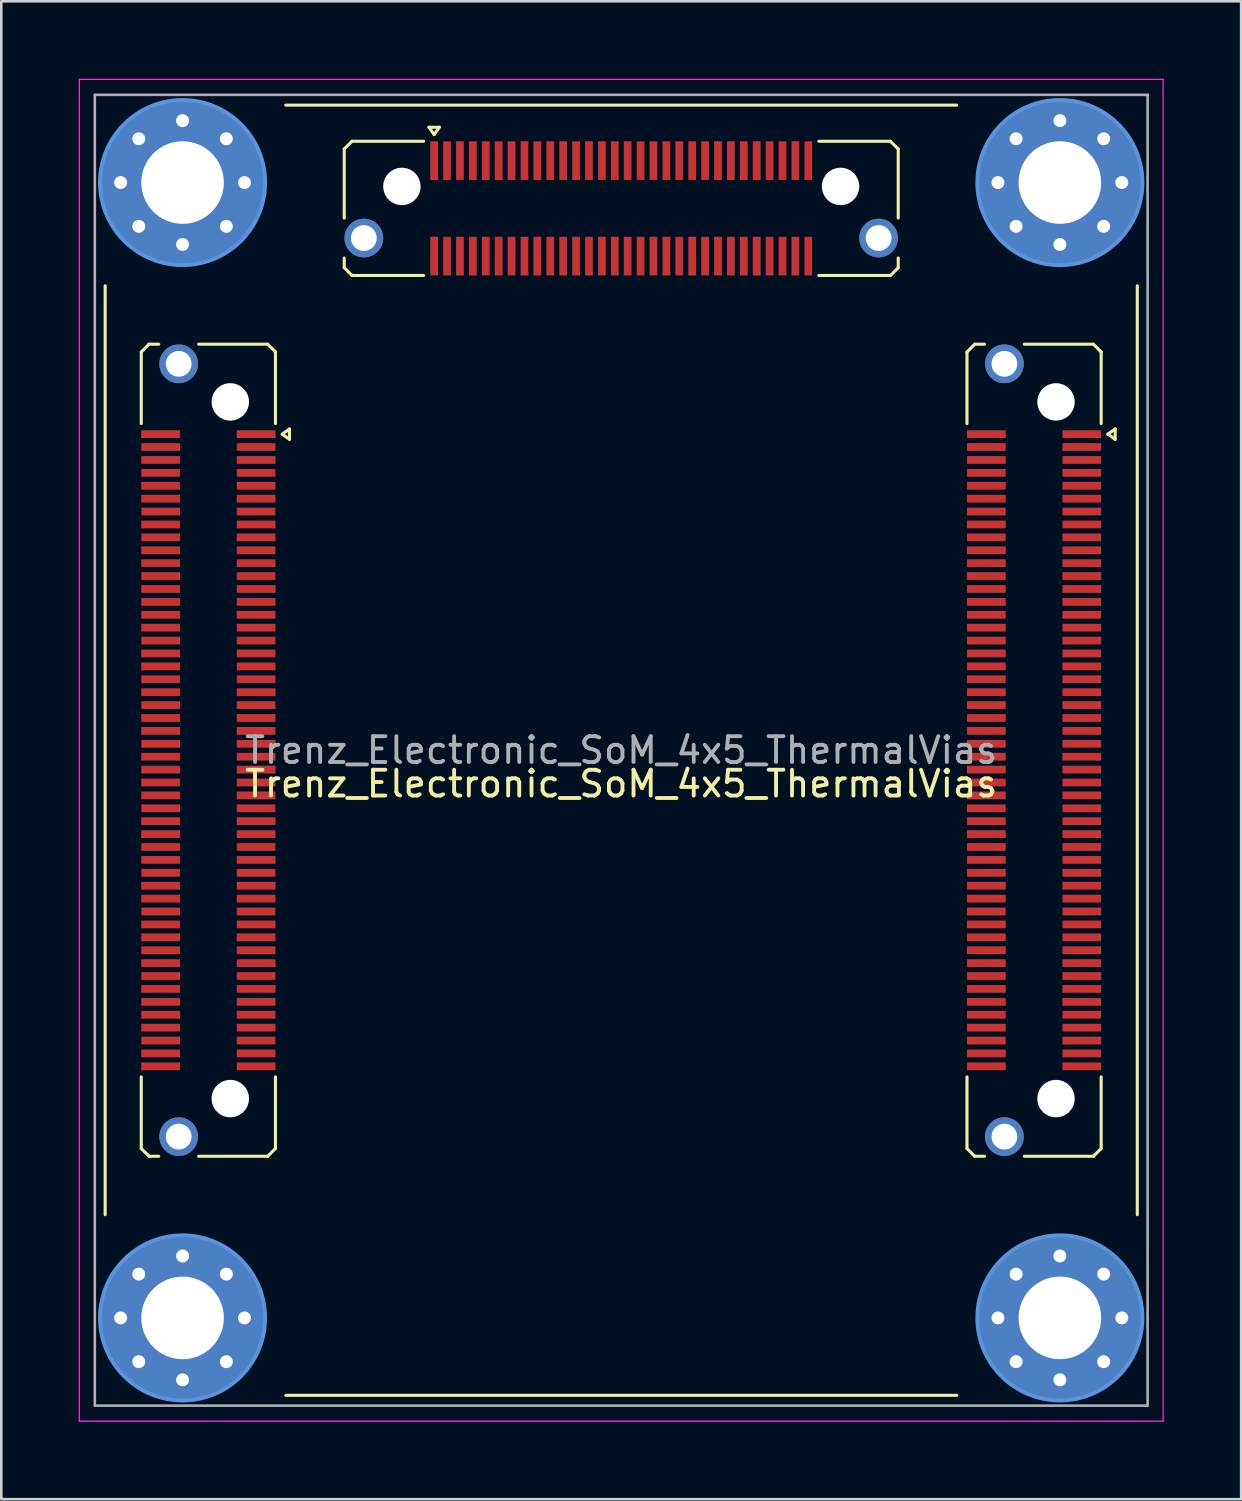
<source format=kicad_pcb>
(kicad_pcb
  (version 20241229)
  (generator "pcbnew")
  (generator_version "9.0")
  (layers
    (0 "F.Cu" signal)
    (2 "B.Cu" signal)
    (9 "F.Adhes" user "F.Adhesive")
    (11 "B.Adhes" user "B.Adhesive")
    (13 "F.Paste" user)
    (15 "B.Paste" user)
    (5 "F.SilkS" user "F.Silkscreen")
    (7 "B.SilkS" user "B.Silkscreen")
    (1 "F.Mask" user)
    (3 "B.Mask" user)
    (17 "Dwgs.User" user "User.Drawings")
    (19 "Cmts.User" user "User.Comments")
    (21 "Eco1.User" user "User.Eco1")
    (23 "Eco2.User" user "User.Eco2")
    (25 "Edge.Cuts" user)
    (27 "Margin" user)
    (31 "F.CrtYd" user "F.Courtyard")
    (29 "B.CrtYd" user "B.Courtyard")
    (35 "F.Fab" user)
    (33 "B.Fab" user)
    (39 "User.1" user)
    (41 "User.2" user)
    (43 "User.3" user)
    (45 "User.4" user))
  (footprint "Trenz_Electronic_SoM_4x5_ThermalVias"
    (layer "F.Cu")
    (at 21.025 26.025)
    (property "Reference" "Trenz_Electronic_SoM_4x5_ThermalVias" (at 0 1.3 180) (layer "F.SilkS") (effects (font (size 1 1) (thickness 0.15))))
    (attr smd)
    (fp_line (start -20 -18) (end -20 18) (stroke (width 0.12) (type solid)) (layer "F.SilkS"))
    (fp_line (start -18.6 -15.435) (end -18.6 -12.66) (stroke (width 0.12) (type solid)) (layer "F.SilkS"))
    (fp_line (start -18.6 15.435) (end -18.6 12.66) (stroke (width 0.12) (type solid)) (layer "F.SilkS"))
    (fp_line (start -18.3 -15.735) (end -18.6 -15.435) (stroke (width 0.12) (type solid)) (layer "F.SilkS"))
    (fp_line (start -18.3 15.735) (end -18.6 15.435) (stroke (width 0.12) (type solid)) (layer "F.SilkS"))
    (fp_line (start -17.923 -15.735) (end -18.3 -15.735) (stroke (width 0.12) (type solid)) (layer "F.SilkS"))
    (fp_line (start -17.923 15.735) (end -18.3 15.735) (stroke (width 0.12) (type solid)) (layer "F.SilkS"))
    (fp_line (start -13.7 -15.735) (end -16.377 -15.735) (stroke (width 0.12) (type solid)) (layer "F.SilkS"))
    (fp_line (start -13.7 15.735) (end -16.377 15.735) (stroke (width 0.12) (type solid)) (layer "F.SilkS"))
    (fp_line (start -13.4 -15.435) (end -13.7 -15.735) (stroke (width 0.12) (type solid)) (layer "F.SilkS"))
    (fp_line (start -13.4 -12.66) (end -13.4 -15.435) (stroke (width 0.12) (type solid)) (layer "F.SilkS"))
    (fp_line (start -13.4 12.66) (end -13.4 15.435) (stroke (width 0.12) (type solid)) (layer "F.SilkS"))
    (fp_line (start -13.4 15.435) (end -13.7 15.735) (stroke (width 0.12) (type solid)) (layer "F.SilkS"))
    (fp_line (start -13.14 -12.25) (end -12.857 -12.45) (stroke (width 0.12) (type solid)) (layer "F.SilkS"))
    (fp_line (start -13 -25) (end 13 -25) (stroke (width 0.12) (type solid)) (layer "F.SilkS"))
    (fp_line (start -13 25) (end 13 25) (stroke (width 0.12) (type solid)) (layer "F.SilkS"))
    (fp_line (start -12.857 -12.45) (end -12.857 -12.05) (stroke (width 0.12) (type solid)) (layer "F.SilkS"))
    (fp_line (start -12.857 -12.05) (end -13.14 -12.25) (stroke (width 0.12) (type solid)) (layer "F.SilkS"))
    (fp_line (start -10.735 -23.3) (end -10.735 -20.623) (stroke (width 0.12) (type solid)) (layer "F.SilkS"))
    (fp_line (start -10.735 -19.077) (end -10.735 -18.7) (stroke (width 0.12) (type solid)) (layer "F.SilkS"))
    (fp_line (start -10.735 -18.7) (end -10.435 -18.4) (stroke (width 0.12) (type solid)) (layer "F.SilkS"))
    (fp_line (start -10.435 -23.6) (end -10.735 -23.3) (stroke (width 0.12) (type solid)) (layer "F.SilkS"))
    (fp_line (start -10.435 -18.4) (end -7.66 -18.4) (stroke (width 0.12) (type solid)) (layer "F.SilkS"))
    (fp_line (start -7.66 -23.6) (end -10.435 -23.6) (stroke (width 0.12) (type solid)) (layer "F.SilkS"))
    (fp_line (start -7.45 -24.143) (end -7.05 -24.143) (stroke (width 0.12) (type solid)) (layer "F.SilkS"))
    (fp_line (start -7.25 -23.86) (end -7.45 -24.143) (stroke (width 0.12) (type solid)) (layer "F.SilkS"))
    (fp_line (start -7.05 -24.143) (end -7.25 -23.86) (stroke (width 0.12) (type solid)) (layer "F.SilkS"))
    (fp_line (start 7.66 -23.6) (end 10.435 -23.6) (stroke (width 0.12) (type solid)) (layer "F.SilkS"))
    (fp_line (start 10.435 -23.6) (end 10.735 -23.3) (stroke (width 0.12) (type solid)) (layer "F.SilkS"))
    (fp_line (start 10.435 -18.4) (end 7.66 -18.4) (stroke (width 0.12) (type solid)) (layer "F.SilkS"))
    (fp_line (start 10.735 -23.3) (end 10.735 -20.623) (stroke (width 0.12) (type solid)) (layer "F.SilkS"))
    (fp_line (start 10.735 -19.077) (end 10.735 -18.7) (stroke (width 0.12) (type solid)) (layer "F.SilkS"))
    (fp_line (start 10.735 -18.7) (end 10.435 -18.4) (stroke (width 0.12) (type solid)) (layer "F.SilkS"))
    (fp_line (start 13.4 -15.435) (end 13.4 -12.66) (stroke (width 0.12) (type solid)) (layer "F.SilkS"))
    (fp_line (start 13.4 15.435) (end 13.4 12.66) (stroke (width 0.12) (type solid)) (layer "F.SilkS"))
    (fp_line (start 13.7 -15.735) (end 13.4 -15.435) (stroke (width 0.12) (type solid)) (layer "F.SilkS"))
    (fp_line (start 13.7 15.735) (end 13.4 15.435) (stroke (width 0.12) (type solid)) (layer "F.SilkS"))
    (fp_line (start 14.077 -15.735) (end 13.7 -15.735) (stroke (width 0.12) (type solid)) (layer "F.SilkS"))
    (fp_line (start 14.077 15.735) (end 13.7 15.735) (stroke (width 0.12) (type solid)) (layer "F.SilkS"))
    (fp_line (start 18.3 -15.735) (end 15.623 -15.735) (stroke (width 0.12) (type solid)) (layer "F.SilkS"))
    (fp_line (start 18.3 15.735) (end 15.623 15.735) (stroke (width 0.12) (type solid)) (layer "F.SilkS"))
    (fp_line (start 18.6 -15.435) (end 18.3 -15.735) (stroke (width 0.12) (type solid)) (layer "F.SilkS"))
    (fp_line (start 18.6 -12.66) (end 18.6 -15.435) (stroke (width 0.12) (type solid)) (layer "F.SilkS"))
    (fp_line (start 18.6 12.66) (end 18.6 15.435) (stroke (width 0.12) (type solid)) (layer "F.SilkS"))
    (fp_line (start 18.6 15.435) (end 18.3 15.735) (stroke (width 0.12) (type solid)) (layer "F.SilkS"))
    (fp_line (start 18.86 -12.25) (end 19.143 -12.45) (stroke (width 0.12) (type solid)) (layer "F.SilkS"))
    (fp_line (start 19.143 -12.45) (end 19.143 -12.05) (stroke (width 0.12) (type solid)) (layer "F.SilkS"))
    (fp_line (start 19.143 -12.05) (end 18.86 -12.25) (stroke (width 0.12) (type solid)) (layer "F.SilkS"))
    (fp_line (start 20 -18) (end 20 18) (stroke (width 0.12) (type solid)) (layer "F.SilkS"))
    (fp_circle (center -17 -22) (end -13.8 -22) (stroke (width 0.15) (type solid)) (fill no) (layer "Cmts.User"))
    (fp_circle (center -17 22) (end -13.8 22) (stroke (width 0.15) (type solid)) (fill no) (layer "Cmts.User"))
    (fp_circle (center 17 -22) (end 20.2 -22) (stroke (width 0.15) (type solid)) (fill no) (layer "Cmts.User"))
    (fp_circle (center 17 22) (end 20.2 22) (stroke (width 0.15) (type solid)) (fill no) (layer "Cmts.User"))
    (fp_line (start -21 -26) (end 21 -26) (stroke (width 0.05) (type solid)) (layer "F.CrtYd"))
    (fp_line (start -21 26) (end -21 -26) (stroke (width 0.05) (type solid)) (layer "F.CrtYd"))
    (fp_line (start 21 -26) (end 21 26) (stroke (width 0.05) (type solid)) (layer "F.CrtYd"))
    (fp_line (start 21 26) (end -21 26) (stroke (width 0.05) (type solid)) (layer "F.CrtYd"))
    (fp_line (start -20.4 -25.4) (end 20.4 -25.4) (stroke (width 0.1) (type solid)) (layer "F.Fab"))
    (fp_line (start -20.4 25.4) (end -20.4 -25.4) (stroke (width 0.1) (type solid)) (layer "F.Fab"))
    (fp_line (start 20.4 -25.4) (end 20.4 25.4) (stroke (width 0.1) (type solid)) (layer "F.Fab"))
    (fp_line (start 20.4 25.4) (end -20.4 25.4) (stroke (width 0.1) (type solid)) (layer "F.Fab"))
    (fp_text user "${REFERENCE}" (at 0 0 180) (layer "F.Fab") (effects (font (size 1 1) (thickness 0.15))))
    (pad "" np_thru_hole circle (at -15.15 -13.5 270) (size 1.45 1.45) (drill 1.45) (layers "*.Cu" "*.Mask"))
    (pad "" np_thru_hole circle (at -15.15 13.5 270) (size 1.45 1.45) (drill 1.45) (layers "*.Cu" "*.Mask"))
    (pad "" np_thru_hole circle (at -8.5 -21.85) (size 1.45 1.45) (drill 1.45) (layers "*.Cu" "*.Mask"))
    (pad "" np_thru_hole circle (at 8.5 -21.85) (size 1.45 1.45) (drill 1.45) (layers "*.Cu" "*.Mask"))
    (pad "" np_thru_hole circle (at 16.85 -13.5 270) (size 1.45 1.45) (drill 1.45) (layers "*.Cu" "*.Mask"))
    (pad "" np_thru_hole circle (at 16.85 13.5 270) (size 1.45 1.45) (drill 1.45) (layers "*.Cu" "*.Mask"))
    (pad "1" thru_hole circle (at -19.4 -22) (size 0.8 0.8) (drill 0.5) (layers "*.Cu" "*.Mask"))
    (pad "1" thru_hole circle (at -19.4 22) (size 0.8 0.8) (drill 0.5) (layers "*.Cu" "*.Mask"))
    (pad "1" thru_hole circle (at -18.697 -23.697) (size 0.8 0.8) (drill 0.5) (layers "*.Cu" "*.Mask"))
    (pad "1" thru_hole circle (at -18.697 -20.303) (size 0.8 0.8) (drill 0.5) (layers "*.Cu" "*.Mask"))
    (pad "1" thru_hole circle (at -18.697 20.303) (size 0.8 0.8) (drill 0.5) (layers "*.Cu" "*.Mask"))
    (pad "1" thru_hole circle (at -18.697 23.697) (size 0.8 0.8) (drill 0.5) (layers "*.Cu" "*.Mask"))
    (pad "1" thru_hole circle (at -17 -24.4) (size 0.8 0.8) (drill 0.5) (layers "*.Cu" "*.Mask"))
    (pad "1" thru_hole circle (at -17 -19.6) (size 0.8 0.8) (drill 0.5) (layers "*.Cu" "*.Mask"))
    (pad "1" thru_hole circle (at -17 19.6) (size 0.8 0.8) (drill 0.5) (layers "*.Cu" "*.Mask"))
    (pad "1" thru_hole circle (at -17 24.4) (size 0.8 0.8) (drill 0.5) (layers "*.Cu" "*.Mask"))
    (pad "1" thru_hole circle (at -15.303 -23.697) (size 0.8 0.8) (drill 0.5) (layers "*.Cu" "*.Mask"))
    (pad "1" thru_hole circle (at -15.303 -20.303) (size 0.8 0.8) (drill 0.5) (layers "*.Cu" "*.Mask"))
    (pad "1" thru_hole circle (at -15.303 20.303) (size 0.8 0.8) (drill 0.5) (layers "*.Cu" "*.Mask"))
    (pad "1" thru_hole circle (at -15.303 23.697) (size 0.8 0.8) (drill 0.5) (layers "*.Cu" "*.Mask"))
    (pad "1" thru_hole circle (at -14.6 -22) (size 0.8 0.8) (drill 0.5) (layers "*.Cu" "*.Mask"))
    (pad "1" thru_hole circle (at -14.6 22) (size 0.8 0.8) (drill 0.5) (layers "*.Cu" "*.Mask"))
    (pad "1" thru_hole circle (at 14.6 -22) (size 0.8 0.8) (drill 0.5) (layers "*.Cu" "*.Mask"))
    (pad "1" thru_hole circle (at 14.6 22) (size 0.8 0.8) (drill 0.5) (layers "*.Cu" "*.Mask"))
    (pad "1" thru_hole circle (at 15.303 -23.697) (size 0.8 0.8) (drill 0.5) (layers "*.Cu" "*.Mask"))
    (pad "1" thru_hole circle (at 15.303 -20.303) (size 0.8 0.8) (drill 0.5) (layers "*.Cu" "*.Mask"))
    (pad "1" thru_hole circle (at 15.303 20.303) (size 0.8 0.8) (drill 0.5) (layers "*.Cu" "*.Mask"))
    (pad "1" thru_hole circle (at 15.303 23.697) (size 0.8 0.8) (drill 0.5) (layers "*.Cu" "*.Mask"))
    (pad "1" thru_hole circle (at 17 -24.4) (size 0.8 0.8) (drill 0.5) (layers "*.Cu" "*.Mask"))
    (pad "1" thru_hole circle (at 17 -19.6) (size 0.8 0.8) (drill 0.5) (layers "*.Cu" "*.Mask"))
    (pad "1" thru_hole circle (at 17 19.6) (size 0.8 0.8) (drill 0.5) (layers "*.Cu" "*.Mask"))
    (pad "1" thru_hole circle (at 17 24.4) (size 0.8 0.8) (drill 0.5) (layers "*.Cu" "*.Mask"))
    (pad "1" thru_hole circle (at 18.697 -23.697) (size 0.8 0.8) (drill 0.5) (layers "*.Cu" "*.Mask"))
    (pad "1" thru_hole circle (at 18.697 -20.303) (size 0.8 0.8) (drill 0.5) (layers "*.Cu" "*.Mask"))
    (pad "1" thru_hole circle (at 18.697 20.303) (size 0.8 0.8) (drill 0.5) (layers "*.Cu" "*.Mask"))
    (pad "1" thru_hole circle (at 18.697 23.697) (size 0.8 0.8) (drill 0.5) (layers "*.Cu" "*.Mask"))
    (pad "1" thru_hole circle (at 19.4 -22) (size 0.8 0.8) (drill 0.5) (layers "*.Cu" "*.Mask"))
    (pad "1" thru_hole circle (at 19.4 22) (size 0.8 0.8) (drill 0.5) (layers "*.Cu" "*.Mask"))
    (pad "JB1.1" smd rect (at -14.15 -12.25 270) (size 0.3 1.5) (layers "F.Cu" "F.Mask" "F.Paste"))
    (pad "JB1.2" smd rect (at -17.85 -12.25 270) (size 0.3 1.5) (layers "F.Cu" "F.Mask" "F.Paste"))
    (pad "JB1.3" smd rect (at -14.15 -11.75 270) (size 0.3 1.5) (layers "F.Cu" "F.Mask" "F.Paste"))
    (pad "JB1.4" smd rect (at -17.85 -11.75 270) (size 0.3 1.5) (layers "F.Cu" "F.Mask" "F.Paste"))
    (pad "JB1.5" smd rect (at -14.15 -11.25 270) (size 0.3 1.5) (layers "F.Cu" "F.Mask" "F.Paste"))
    (pad "JB1.6" smd rect (at -17.85 -11.25 270) (size 0.3 1.5) (layers "F.Cu" "F.Mask" "F.Paste"))
    (pad "JB1.7" smd rect (at -14.15 -10.75 270) (size 0.3 1.5) (layers "F.Cu" "F.Mask" "F.Paste"))
    (pad "JB1.8" smd rect (at -17.85 -10.75 270) (size 0.3 1.5) (layers "F.Cu" "F.Mask" "F.Paste"))
    (pad "JB1.9" smd rect (at -14.15 -10.25 270) (size 0.3 1.5) (layers "F.Cu" "F.Mask" "F.Paste"))
    (pad "JB1.10" smd rect (at -17.85 -10.25 270) (size 0.3 1.5) (layers "F.Cu" "F.Mask" "F.Paste"))
    (pad "JB1.11" smd rect (at -14.15 -9.75 270) (size 0.3 1.5) (layers "F.Cu" "F.Mask" "F.Paste"))
    (pad "JB1.12" smd rect (at -17.85 -9.75 270) (size 0.3 1.5) (layers "F.Cu" "F.Mask" "F.Paste"))
    (pad "JB1.13" smd rect (at -14.15 -9.25 270) (size 0.3 1.5) (layers "F.Cu" "F.Mask" "F.Paste"))
    (pad "JB1.14" smd rect (at -17.85 -9.25 270) (size 0.3 1.5) (layers "F.Cu" "F.Mask" "F.Paste"))
    (pad "JB1.15" smd rect (at -14.15 -8.75 270) (size 0.3 1.5) (layers "F.Cu" "F.Mask" "F.Paste"))
    (pad "JB1.16" smd rect (at -17.85 -8.75 270) (size 0.3 1.5) (layers "F.Cu" "F.Mask" "F.Paste"))
    (pad "JB1.17" smd rect (at -14.15 -8.25 270) (size 0.3 1.5) (layers "F.Cu" "F.Mask" "F.Paste"))
    (pad "JB1.18" smd rect (at -17.85 -8.25 270) (size 0.3 1.5) (layers "F.Cu" "F.Mask" "F.Paste"))
    (pad "JB1.19" smd rect (at -14.15 -7.75 270) (size 0.3 1.5) (layers "F.Cu" "F.Mask" "F.Paste"))
    (pad "JB1.20" smd rect (at -17.85 -7.75 270) (size 0.3 1.5) (layers "F.Cu" "F.Mask" "F.Paste"))
    (pad "JB1.21" smd rect (at -14.15 -7.25 270) (size 0.3 1.5) (layers "F.Cu" "F.Mask" "F.Paste"))
    (pad "JB1.22" smd rect (at -17.85 -7.25 270) (size 0.3 1.5) (layers "F.Cu" "F.Mask" "F.Paste"))
    (pad "JB1.23" smd rect (at -14.15 -6.75 270) (size 0.3 1.5) (layers "F.Cu" "F.Mask" "F.Paste"))
    (pad "JB1.24" smd rect (at -17.85 -6.75 270) (size 0.3 1.5) (layers "F.Cu" "F.Mask" "F.Paste"))
    (pad "JB1.25" smd rect (at -14.15 -6.25 270) (size 0.3 1.5) (layers "F.Cu" "F.Mask" "F.Paste"))
    (pad "JB1.26" smd rect (at -17.85 -6.25 270) (size 0.3 1.5) (layers "F.Cu" "F.Mask" "F.Paste"))
    (pad "JB1.27" smd rect (at -14.15 -5.75 270) (size 0.3 1.5) (layers "F.Cu" "F.Mask" "F.Paste"))
    (pad "JB1.28" smd rect (at -17.85 -5.75 270) (size 0.3 1.5) (layers "F.Cu" "F.Mask" "F.Paste"))
    (pad "JB1.29" smd rect (at -14.15 -5.25 270) (size 0.3 1.5) (layers "F.Cu" "F.Mask" "F.Paste"))
    (pad "JB1.30" smd rect (at -17.85 -5.25 270) (size 0.3 1.5) (layers "F.Cu" "F.Mask" "F.Paste"))
    (pad "JB1.31" smd rect (at -14.15 -4.75 270) (size 0.3 1.5) (layers "F.Cu" "F.Mask" "F.Paste"))
    (pad "JB1.32" smd rect (at -17.85 -4.75 270) (size 0.3 1.5) (layers "F.Cu" "F.Mask" "F.Paste"))
    (pad "JB1.33" smd rect (at -14.15 -4.25 270) (size 0.3 1.5) (layers "F.Cu" "F.Mask" "F.Paste"))
    (pad "JB1.34" smd rect (at -17.85 -4.25 270) (size 0.3 1.5) (layers "F.Cu" "F.Mask" "F.Paste"))
    (pad "JB1.35" smd rect (at -14.15 -3.75 270) (size 0.3 1.5) (layers "F.Cu" "F.Mask" "F.Paste"))
    (pad "JB1.36" smd rect (at -17.85 -3.75 270) (size 0.3 1.5) (layers "F.Cu" "F.Mask" "F.Paste"))
    (pad "JB1.37" smd rect (at -14.15 -3.25 270) (size 0.3 1.5) (layers "F.Cu" "F.Mask" "F.Paste"))
    (pad "JB1.38" smd rect (at -17.85 -3.25 270) (size 0.3 1.5) (layers "F.Cu" "F.Mask" "F.Paste"))
    (pad "JB1.39" smd rect (at -14.15 -2.75 270) (size 0.3 1.5) (layers "F.Cu" "F.Mask" "F.Paste"))
    (pad "JB1.40" smd rect (at -17.85 -2.75 270) (size 0.3 1.5) (layers "F.Cu" "F.Mask" "F.Paste"))
    (pad "JB1.41" smd rect (at -14.15 -2.25 270) (size 0.3 1.5) (layers "F.Cu" "F.Mask" "F.Paste"))
    (pad "JB1.42" smd rect (at -17.85 -2.25 270) (size 0.3 1.5) (layers "F.Cu" "F.Mask" "F.Paste"))
    (pad "JB1.43" smd rect (at -14.15 -1.75 270) (size 0.3 1.5) (layers "F.Cu" "F.Mask" "F.Paste"))
    (pad "JB1.44" smd rect (at -17.85 -1.75 270) (size 0.3 1.5) (layers "F.Cu" "F.Mask" "F.Paste"))
    (pad "JB1.45" smd rect (at -14.15 -1.25 270) (size 0.3 1.5) (layers "F.Cu" "F.Mask" "F.Paste"))
    (pad "JB1.46" smd rect (at -17.85 -1.25 270) (size 0.3 1.5) (layers "F.Cu" "F.Mask" "F.Paste"))
    (pad "JB1.47" smd rect (at -14.15 -0.75 270) (size 0.3 1.5) (layers "F.Cu" "F.Mask" "F.Paste"))
    (pad "JB1.48" smd rect (at -17.85 -0.75 270) (size 0.3 1.5) (layers "F.Cu" "F.Mask" "F.Paste"))
    (pad "JB1.49" smd rect (at -14.15 -0.25 270) (size 0.3 1.5) (layers "F.Cu" "F.Mask" "F.Paste"))
    (pad "JB1.50" smd rect (at -17.85 -0.25 270) (size 0.3 1.5) (layers "F.Cu" "F.Mask" "F.Paste"))
    (pad "JB1.51" smd rect (at -14.15 0.25 270) (size 0.3 1.5) (layers "F.Cu" "F.Mask" "F.Paste"))
    (pad "JB1.52" smd rect (at -17.85 0.25 270) (size 0.3 1.5) (layers "F.Cu" "F.Mask" "F.Paste"))
    (pad "JB1.53" smd rect (at -14.15 0.75 270) (size 0.3 1.5) (layers "F.Cu" "F.Mask" "F.Paste"))
    (pad "JB1.54" smd rect (at -17.85 0.75 270) (size 0.3 1.5) (layers "F.Cu" "F.Mask" "F.Paste"))
    (pad "JB1.55" smd rect (at -14.15 1.25 270) (size 0.3 1.5) (layers "F.Cu" "F.Mask" "F.Paste"))
    (pad "JB1.56" smd rect (at -17.85 1.25 270) (size 0.3 1.5) (layers "F.Cu" "F.Mask" "F.Paste"))
    (pad "JB1.57" smd rect (at -14.15 1.75 270) (size 0.3 1.5) (layers "F.Cu" "F.Mask" "F.Paste"))
    (pad "JB1.58" smd rect (at -17.85 1.75 270) (size 0.3 1.5) (layers "F.Cu" "F.Mask" "F.Paste"))
    (pad "JB1.59" smd rect (at -14.15 2.25 270) (size 0.3 1.5) (layers "F.Cu" "F.Mask" "F.Paste"))
    (pad "JB1.60" smd rect (at -17.85 2.25 270) (size 0.3 1.5) (layers "F.Cu" "F.Mask" "F.Paste"))
    (pad "JB1.61" smd rect (at -14.15 2.75 270) (size 0.3 1.5) (layers "F.Cu" "F.Mask" "F.Paste"))
    (pad "JB1.62" smd rect (at -17.85 2.75 270) (size 0.3 1.5) (layers "F.Cu" "F.Mask" "F.Paste"))
    (pad "JB1.63" smd rect (at -14.15 3.25 270) (size 0.3 1.5) (layers "F.Cu" "F.Mask" "F.Paste"))
    (pad "JB1.64" smd rect (at -17.85 3.25 270) (size 0.3 1.5) (layers "F.Cu" "F.Mask" "F.Paste"))
    (pad "JB1.65" smd rect (at -14.15 3.75 270) (size 0.3 1.5) (layers "F.Cu" "F.Mask" "F.Paste"))
    (pad "JB1.66" smd rect (at -17.85 3.75 270) (size 0.3 1.5) (layers "F.Cu" "F.Mask" "F.Paste"))
    (pad "JB1.67" smd rect (at -14.15 4.25 270) (size 0.3 1.5) (layers "F.Cu" "F.Mask" "F.Paste"))
    (pad "JB1.68" smd rect (at -17.85 4.25 270) (size 0.3 1.5) (layers "F.Cu" "F.Mask" "F.Paste"))
    (pad "JB1.69" smd rect (at -14.15 4.75 270) (size 0.3 1.5) (layers "F.Cu" "F.Mask" "F.Paste"))
    (pad "JB1.70" smd rect (at -17.85 4.75 270) (size 0.3 1.5) (layers "F.Cu" "F.Mask" "F.Paste"))
    (pad "JB1.71" smd rect (at -14.15 5.25 270) (size 0.3 1.5) (layers "F.Cu" "F.Mask" "F.Paste"))
    (pad "JB1.72" smd rect (at -17.85 5.25 270) (size 0.3 1.5) (layers "F.Cu" "F.Mask" "F.Paste"))
    (pad "JB1.73" smd rect (at -14.15 5.75 270) (size 0.3 1.5) (layers "F.Cu" "F.Mask" "F.Paste"))
    (pad "JB1.74" smd rect (at -17.85 5.75 270) (size 0.3 1.5) (layers "F.Cu" "F.Mask" "F.Paste"))
    (pad "JB1.75" smd rect (at -14.15 6.25 270) (size 0.3 1.5) (layers "F.Cu" "F.Mask" "F.Paste"))
    (pad "JB1.76" smd rect (at -17.85 6.25 270) (size 0.3 1.5) (layers "F.Cu" "F.Mask" "F.Paste"))
    (pad "JB1.77" smd rect (at -14.15 6.75 270) (size 0.3 1.5) (layers "F.Cu" "F.Mask" "F.Paste"))
    (pad "JB1.78" smd rect (at -17.85 6.75 270) (size 0.3 1.5) (layers "F.Cu" "F.Mask" "F.Paste"))
    (pad "JB1.79" smd rect (at -14.15 7.25 270) (size 0.3 1.5) (layers "F.Cu" "F.Mask" "F.Paste"))
    (pad "JB1.80" smd rect (at -17.85 7.25 270) (size 0.3 1.5) (layers "F.Cu" "F.Mask" "F.Paste"))
    (pad "JB1.81" smd rect (at -14.15 7.75 270) (size 0.3 1.5) (layers "F.Cu" "F.Mask" "F.Paste"))
    (pad "JB1.82" smd rect (at -17.85 7.75 270) (size 0.3 1.5) (layers "F.Cu" "F.Mask" "F.Paste"))
    (pad "JB1.83" smd rect (at -14.15 8.25 270) (size 0.3 1.5) (layers "F.Cu" "F.Mask" "F.Paste"))
    (pad "JB1.84" smd rect (at -17.85 8.25 270) (size 0.3 1.5) (layers "F.Cu" "F.Mask" "F.Paste"))
    (pad "JB1.85" smd rect (at -14.15 8.75 270) (size 0.3 1.5) (layers "F.Cu" "F.Mask" "F.Paste"))
    (pad "JB1.86" smd rect (at -17.85 8.75 270) (size 0.3 1.5) (layers "F.Cu" "F.Mask" "F.Paste"))
    (pad "JB1.87" smd rect (at -14.15 9.25 270) (size 0.3 1.5) (layers "F.Cu" "F.Mask" "F.Paste"))
    (pad "JB1.88" smd rect (at -17.85 9.25 270) (size 0.3 1.5) (layers "F.Cu" "F.Mask" "F.Paste"))
    (pad "JB1.89" smd rect (at -14.15 9.75 270) (size 0.3 1.5) (layers "F.Cu" "F.Mask" "F.Paste"))
    (pad "JB1.90" smd rect (at -17.85 9.75 270) (size 0.3 1.5) (layers "F.Cu" "F.Mask" "F.Paste"))
    (pad "JB1.91" smd rect (at -14.15 10.25 270) (size 0.3 1.5) (layers "F.Cu" "F.Mask" "F.Paste"))
    (pad "JB1.92" smd rect (at -17.85 10.25 270) (size 0.3 1.5) (layers "F.Cu" "F.Mask" "F.Paste"))
    (pad "JB1.93" smd rect (at -14.15 10.75 270) (size 0.3 1.5) (layers "F.Cu" "F.Mask" "F.Paste"))
    (pad "JB1.94" smd rect (at -17.85 10.75 270) (size 0.3 1.5) (layers "F.Cu" "F.Mask" "F.Paste"))
    (pad "JB1.95" smd rect (at -14.15 11.25 270) (size 0.3 1.5) (layers "F.Cu" "F.Mask" "F.Paste"))
    (pad "JB1.96" smd rect (at -17.85 11.25 270) (size 0.3 1.5) (layers "F.Cu" "F.Mask" "F.Paste"))
    (pad "JB1.97" smd rect (at -14.15 11.75 270) (size 0.3 1.5) (layers "F.Cu" "F.Mask" "F.Paste"))
    (pad "JB1.98" smd rect (at -17.85 11.75 270) (size 0.3 1.5) (layers "F.Cu" "F.Mask" "F.Paste"))
    (pad "JB1.99" smd rect (at -14.15 12.25 270) (size 0.3 1.5) (layers "F.Cu" "F.Mask" "F.Paste"))
    (pad "JB1.100" smd rect (at -17.85 12.25 270) (size 0.3 1.5) (layers "F.Cu" "F.Mask" "F.Paste"))
    (pad "JB2.1" smd rect (at 17.85 -12.25 270) (size 0.3 1.5) (layers "F.Cu" "F.Mask" "F.Paste"))
    (pad "JB2.2" smd rect (at 14.15 -12.25 270) (size 0.3 1.5) (layers "F.Cu" "F.Mask" "F.Paste"))
    (pad "JB2.3" smd rect (at 17.85 -11.75 270) (size 0.3 1.5) (layers "F.Cu" "F.Mask" "F.Paste"))
    (pad "JB2.4" smd rect (at 14.15 -11.75 270) (size 0.3 1.5) (layers "F.Cu" "F.Mask" "F.Paste"))
    (pad "JB2.5" smd rect (at 17.85 -11.25 270) (size 0.3 1.5) (layers "F.Cu" "F.Mask" "F.Paste"))
    (pad "JB2.6" smd rect (at 14.15 -11.25 270) (size 0.3 1.5) (layers "F.Cu" "F.Mask" "F.Paste"))
    (pad "JB2.7" smd rect (at 17.85 -10.75 270) (size 0.3 1.5) (layers "F.Cu" "F.Mask" "F.Paste"))
    (pad "JB2.8" smd rect (at 14.15 -10.75 270) (size 0.3 1.5) (layers "F.Cu" "F.Mask" "F.Paste"))
    (pad "JB2.9" smd rect (at 17.85 -10.25 270) (size 0.3 1.5) (layers "F.Cu" "F.Mask" "F.Paste"))
    (pad "JB2.10" smd rect (at 14.15 -10.25 270) (size 0.3 1.5) (layers "F.Cu" "F.Mask" "F.Paste"))
    (pad "JB2.11" smd rect (at 17.85 -9.75 270) (size 0.3 1.5) (layers "F.Cu" "F.Mask" "F.Paste"))
    (pad "JB2.12" smd rect (at 14.15 -9.75 270) (size 0.3 1.5) (layers "F.Cu" "F.Mask" "F.Paste"))
    (pad "JB2.13" smd rect (at 17.85 -9.25 270) (size 0.3 1.5) (layers "F.Cu" "F.Mask" "F.Paste"))
    (pad "JB2.14" smd rect (at 14.15 -9.25 270) (size 0.3 1.5) (layers "F.Cu" "F.Mask" "F.Paste"))
    (pad "JB2.15" smd rect (at 17.85 -8.75 270) (size 0.3 1.5) (layers "F.Cu" "F.Mask" "F.Paste"))
    (pad "JB2.16" smd rect (at 14.15 -8.75 270) (size 0.3 1.5) (layers "F.Cu" "F.Mask" "F.Paste"))
    (pad "JB2.17" smd rect (at 17.85 -8.25 270) (size 0.3 1.5) (layers "F.Cu" "F.Mask" "F.Paste"))
    (pad "JB2.18" smd rect (at 14.15 -8.25 270) (size 0.3 1.5) (layers "F.Cu" "F.Mask" "F.Paste"))
    (pad "JB2.19" smd rect (at 17.85 -7.75 270) (size 0.3 1.5) (layers "F.Cu" "F.Mask" "F.Paste"))
    (pad "JB2.20" smd rect (at 14.15 -7.75 270) (size 0.3 1.5) (layers "F.Cu" "F.Mask" "F.Paste"))
    (pad "JB2.21" smd rect (at 17.85 -7.25 270) (size 0.3 1.5) (layers "F.Cu" "F.Mask" "F.Paste"))
    (pad "JB2.22" smd rect (at 14.15 -7.25 270) (size 0.3 1.5) (layers "F.Cu" "F.Mask" "F.Paste"))
    (pad "JB2.23" smd rect (at 17.85 -6.75 270) (size 0.3 1.5) (layers "F.Cu" "F.Mask" "F.Paste"))
    (pad "JB2.24" smd rect (at 14.15 -6.75 270) (size 0.3 1.5) (layers "F.Cu" "F.Mask" "F.Paste"))
    (pad "JB2.25" smd rect (at 17.85 -6.25 270) (size 0.3 1.5) (layers "F.Cu" "F.Mask" "F.Paste"))
    (pad "JB2.26" smd rect (at 14.15 -6.25 270) (size 0.3 1.5) (layers "F.Cu" "F.Mask" "F.Paste"))
    (pad "JB2.27" smd rect (at 17.85 -5.75 270) (size 0.3 1.5) (layers "F.Cu" "F.Mask" "F.Paste"))
    (pad "JB2.28" smd rect (at 14.15 -5.75 270) (size 0.3 1.5) (layers "F.Cu" "F.Mask" "F.Paste"))
    (pad "JB2.29" smd rect (at 17.85 -5.25 270) (size 0.3 1.5) (layers "F.Cu" "F.Mask" "F.Paste"))
    (pad "JB2.30" smd rect (at 14.15 -5.25 270) (size 0.3 1.5) (layers "F.Cu" "F.Mask" "F.Paste"))
    (pad "JB2.31" smd rect (at 17.85 -4.75 270) (size 0.3 1.5) (layers "F.Cu" "F.Mask" "F.Paste"))
    (pad "JB2.32" smd rect (at 14.15 -4.75 270) (size 0.3 1.5) (layers "F.Cu" "F.Mask" "F.Paste"))
    (pad "JB2.33" smd rect (at 17.85 -4.25 270) (size 0.3 1.5) (layers "F.Cu" "F.Mask" "F.Paste"))
    (pad "JB2.34" smd rect (at 14.15 -4.25 270) (size 0.3 1.5) (layers "F.Cu" "F.Mask" "F.Paste"))
    (pad "JB2.35" smd rect (at 17.85 -3.75 270) (size 0.3 1.5) (layers "F.Cu" "F.Mask" "F.Paste"))
    (pad "JB2.36" smd rect (at 14.15 -3.75 270) (size 0.3 1.5) (layers "F.Cu" "F.Mask" "F.Paste"))
    (pad "JB2.37" smd rect (at 17.85 -3.25 270) (size 0.3 1.5) (layers "F.Cu" "F.Mask" "F.Paste"))
    (pad "JB2.38" smd rect (at 14.15 -3.25 270) (size 0.3 1.5) (layers "F.Cu" "F.Mask" "F.Paste"))
    (pad "JB2.39" smd rect (at 17.85 -2.75 270) (size 0.3 1.5) (layers "F.Cu" "F.Mask" "F.Paste"))
    (pad "JB2.40" smd rect (at 14.15 -2.75 270) (size 0.3 1.5) (layers "F.Cu" "F.Mask" "F.Paste"))
    (pad "JB2.41" smd rect (at 17.85 -2.25 270) (size 0.3 1.5) (layers "F.Cu" "F.Mask" "F.Paste"))
    (pad "JB2.42" smd rect (at 14.15 -2.25 270) (size 0.3 1.5) (layers "F.Cu" "F.Mask" "F.Paste"))
    (pad "JB2.43" smd rect (at 17.85 -1.75 270) (size 0.3 1.5) (layers "F.Cu" "F.Mask" "F.Paste"))
    (pad "JB2.44" smd rect (at 14.15 -1.75 270) (size 0.3 1.5) (layers "F.Cu" "F.Mask" "F.Paste"))
    (pad "JB2.45" smd rect (at 17.85 -1.25 270) (size 0.3 1.5) (layers "F.Cu" "F.Mask" "F.Paste"))
    (pad "JB2.46" smd rect (at 14.15 -1.25 270) (size 0.3 1.5) (layers "F.Cu" "F.Mask" "F.Paste"))
    (pad "JB2.47" smd rect (at 17.85 -0.75 270) (size 0.3 1.5) (layers "F.Cu" "F.Mask" "F.Paste"))
    (pad "JB2.48" smd rect (at 14.15 -0.75 270) (size 0.3 1.5) (layers "F.Cu" "F.Mask" "F.Paste"))
    (pad "JB2.49" smd rect (at 17.85 -0.25 270) (size 0.3 1.5) (layers "F.Cu" "F.Mask" "F.Paste"))
    (pad "JB2.50" smd rect (at 14.15 -0.25 270) (size 0.3 1.5) (layers "F.Cu" "F.Mask" "F.Paste"))
    (pad "JB2.51" smd rect (at 17.85 0.25 270) (size 0.3 1.5) (layers "F.Cu" "F.Mask" "F.Paste"))
    (pad "JB2.52" smd rect (at 14.15 0.25 270) (size 0.3 1.5) (layers "F.Cu" "F.Mask" "F.Paste"))
    (pad "JB2.53" smd rect (at 17.85 0.75 270) (size 0.3 1.5) (layers "F.Cu" "F.Mask" "F.Paste"))
    (pad "JB2.54" smd rect (at 14.15 0.75 270) (size 0.3 1.5) (layers "F.Cu" "F.Mask" "F.Paste"))
    (pad "JB2.55" smd rect (at 17.85 1.25 270) (size 0.3 1.5) (layers "F.Cu" "F.Mask" "F.Paste"))
    (pad "JB2.56" smd rect (at 14.15 1.25 270) (size 0.3 1.5) (layers "F.Cu" "F.Mask" "F.Paste"))
    (pad "JB2.57" smd rect (at 17.85 1.75 270) (size 0.3 1.5) (layers "F.Cu" "F.Mask" "F.Paste"))
    (pad "JB2.58" smd rect (at 14.15 1.75 270) (size 0.3 1.5) (layers "F.Cu" "F.Mask" "F.Paste"))
    (pad "JB2.59" smd rect (at 17.85 2.25 270) (size 0.3 1.5) (layers "F.Cu" "F.Mask" "F.Paste"))
    (pad "JB2.60" smd rect (at 14.15 2.25 270) (size 0.3 1.5) (layers "F.Cu" "F.Mask" "F.Paste"))
    (pad "JB2.61" smd rect (at 17.85 2.75 270) (size 0.3 1.5) (layers "F.Cu" "F.Mask" "F.Paste"))
    (pad "JB2.62" smd rect (at 14.15 2.75 270) (size 0.3 1.5) (layers "F.Cu" "F.Mask" "F.Paste"))
    (pad "JB2.63" smd rect (at 17.85 3.25 270) (size 0.3 1.5) (layers "F.Cu" "F.Mask" "F.Paste"))
    (pad "JB2.64" smd rect (at 14.15 3.25 270) (size 0.3 1.5) (layers "F.Cu" "F.Mask" "F.Paste"))
    (pad "JB2.65" smd rect (at 17.85 3.75 270) (size 0.3 1.5) (layers "F.Cu" "F.Mask" "F.Paste"))
    (pad "JB2.66" smd rect (at 14.15 3.75 270) (size 0.3 1.5) (layers "F.Cu" "F.Mask" "F.Paste"))
    (pad "JB2.67" smd rect (at 17.85 4.25 270) (size 0.3 1.5) (layers "F.Cu" "F.Mask" "F.Paste"))
    (pad "JB2.68" smd rect (at 14.15 4.25 270) (size 0.3 1.5) (layers "F.Cu" "F.Mask" "F.Paste"))
    (pad "JB2.69" smd rect (at 17.85 4.75 270) (size 0.3 1.5) (layers "F.Cu" "F.Mask" "F.Paste"))
    (pad "JB2.70" smd rect (at 14.15 4.75 270) (size 0.3 1.5) (layers "F.Cu" "F.Mask" "F.Paste"))
    (pad "JB2.71" smd rect (at 17.85 5.25 270) (size 0.3 1.5) (layers "F.Cu" "F.Mask" "F.Paste"))
    (pad "JB2.72" smd rect (at 14.15 5.25 270) (size 0.3 1.5) (layers "F.Cu" "F.Mask" "F.Paste"))
    (pad "JB2.73" smd rect (at 17.85 5.75 270) (size 0.3 1.5) (layers "F.Cu" "F.Mask" "F.Paste"))
    (pad "JB2.74" smd rect (at 14.15 5.75 270) (size 0.3 1.5) (layers "F.Cu" "F.Mask" "F.Paste"))
    (pad "JB2.75" smd rect (at 17.85 6.25 270) (size 0.3 1.5) (layers "F.Cu" "F.Mask" "F.Paste"))
    (pad "JB2.76" smd rect (at 14.15 6.25 270) (size 0.3 1.5) (layers "F.Cu" "F.Mask" "F.Paste"))
    (pad "JB2.77" smd rect (at 17.85 6.75 270) (size 0.3 1.5) (layers "F.Cu" "F.Mask" "F.Paste"))
    (pad "JB2.78" smd rect (at 14.15 6.75 270) (size 0.3 1.5) (layers "F.Cu" "F.Mask" "F.Paste"))
    (pad "JB2.79" smd rect (at 17.85 7.25 270) (size 0.3 1.5) (layers "F.Cu" "F.Mask" "F.Paste"))
    (pad "JB2.80" smd rect (at 14.15 7.25 270) (size 0.3 1.5) (layers "F.Cu" "F.Mask" "F.Paste"))
    (pad "JB2.81" smd rect (at 17.85 7.75 270) (size 0.3 1.5) (layers "F.Cu" "F.Mask" "F.Paste"))
    (pad "JB2.82" smd rect (at 14.15 7.75 270) (size 0.3 1.5) (layers "F.Cu" "F.Mask" "F.Paste"))
    (pad "JB2.83" smd rect (at 17.85 8.25 270) (size 0.3 1.5) (layers "F.Cu" "F.Mask" "F.Paste"))
    (pad "JB2.84" smd rect (at 14.15 8.25 270) (size 0.3 1.5) (layers "F.Cu" "F.Mask" "F.Paste"))
    (pad "JB2.85" smd rect (at 17.85 8.75 270) (size 0.3 1.5) (layers "F.Cu" "F.Mask" "F.Paste"))
    (pad "JB2.86" smd rect (at 14.15 8.75 270) (size 0.3 1.5) (layers "F.Cu" "F.Mask" "F.Paste"))
    (pad "JB2.87" smd rect (at 17.85 9.25 270) (size 0.3 1.5) (layers "F.Cu" "F.Mask" "F.Paste"))
    (pad "JB2.88" smd rect (at 14.15 9.25 270) (size 0.3 1.5) (layers "F.Cu" "F.Mask" "F.Paste"))
    (pad "JB2.89" smd rect (at 17.85 9.75 270) (size 0.3 1.5) (layers "F.Cu" "F.Mask" "F.Paste"))
    (pad "JB2.90" smd rect (at 14.15 9.75 270) (size 0.3 1.5) (layers "F.Cu" "F.Mask" "F.Paste"))
    (pad "JB2.91" smd rect (at 17.85 10.25 270) (size 0.3 1.5) (layers "F.Cu" "F.Mask" "F.Paste"))
    (pad "JB2.92" smd rect (at 14.15 10.25 270) (size 0.3 1.5) (layers "F.Cu" "F.Mask" "F.Paste"))
    (pad "JB2.93" smd rect (at 17.85 10.75 270) (size 0.3 1.5) (layers "F.Cu" "F.Mask" "F.Paste"))
    (pad "JB2.94" smd rect (at 14.15 10.75 270) (size 0.3 1.5) (layers "F.Cu" "F.Mask" "F.Paste"))
    (pad "JB2.95" smd rect (at 17.85 11.25 270) (size 0.3 1.5) (layers "F.Cu" "F.Mask" "F.Paste"))
    (pad "JB2.96" smd rect (at 14.15 11.25 270) (size 0.3 1.5) (layers "F.Cu" "F.Mask" "F.Paste"))
    (pad "JB2.97" smd rect (at 17.85 11.75 270) (size 0.3 1.5) (layers "F.Cu" "F.Mask" "F.Paste"))
    (pad "JB2.98" smd rect (at 14.15 11.75 270) (size 0.3 1.5) (layers "F.Cu" "F.Mask" "F.Paste"))
    (pad "JB2.99" smd rect (at 17.85 12.25 270) (size 0.3 1.5) (layers "F.Cu" "F.Mask" "F.Paste"))
    (pad "JB2.100" smd rect (at 14.15 12.25 270) (size 0.3 1.5) (layers "F.Cu" "F.Mask" "F.Paste"))
    (pad "JB3.1" smd rect (at -7.25 -22.85) (size 0.3 1.5) (layers "F.Cu" "F.Mask" "F.Paste"))
    (pad "JB3.2" smd rect (at -7.25 -19.15) (size 0.3 1.5) (layers "F.Cu" "F.Mask" "F.Paste"))
    (pad "JB3.3" smd rect (at -6.75 -22.85) (size 0.3 1.5) (layers "F.Cu" "F.Mask" "F.Paste"))
    (pad "JB3.4" smd rect (at -6.75 -19.15) (size 0.3 1.5) (layers "F.Cu" "F.Mask" "F.Paste"))
    (pad "JB3.5" smd rect (at -6.25 -22.85) (size 0.3 1.5) (layers "F.Cu" "F.Mask" "F.Paste"))
    (pad "JB3.6" smd rect (at -6.25 -19.15) (size 0.3 1.5) (layers "F.Cu" "F.Mask" "F.Paste"))
    (pad "JB3.7" smd rect (at -5.75 -22.85) (size 0.3 1.5) (layers "F.Cu" "F.Mask" "F.Paste"))
    (pad "JB3.8" smd rect (at -5.75 -19.15) (size 0.3 1.5) (layers "F.Cu" "F.Mask" "F.Paste"))
    (pad "JB3.9" smd rect (at -5.25 -22.85) (size 0.3 1.5) (layers "F.Cu" "F.Mask" "F.Paste"))
    (pad "JB3.10" smd rect (at -5.25 -19.15) (size 0.3 1.5) (layers "F.Cu" "F.Mask" "F.Paste"))
    (pad "JB3.11" smd rect (at -4.75 -22.85) (size 0.3 1.5) (layers "F.Cu" "F.Mask" "F.Paste"))
    (pad "JB3.12" smd rect (at -4.75 -19.15) (size 0.3 1.5) (layers "F.Cu" "F.Mask" "F.Paste"))
    (pad "JB3.13" smd rect (at -4.25 -22.85) (size 0.3 1.5) (layers "F.Cu" "F.Mask" "F.Paste"))
    (pad "JB3.14" smd rect (at -4.25 -19.15) (size 0.3 1.5) (layers "F.Cu" "F.Mask" "F.Paste"))
    (pad "JB3.15" smd rect (at -3.75 -22.85) (size 0.3 1.5) (layers "F.Cu" "F.Mask" "F.Paste"))
    (pad "JB3.16" smd rect (at -3.75 -19.15) (size 0.3 1.5) (layers "F.Cu" "F.Mask" "F.Paste"))
    (pad "JB3.17" smd rect (at -3.25 -22.85) (size 0.3 1.5) (layers "F.Cu" "F.Mask" "F.Paste"))
    (pad "JB3.18" smd rect (at -3.25 -19.15) (size 0.3 1.5) (layers "F.Cu" "F.Mask" "F.Paste"))
    (pad "JB3.19" smd rect (at -2.75 -22.85) (size 0.3 1.5) (layers "F.Cu" "F.Mask" "F.Paste"))
    (pad "JB3.20" smd rect (at -2.75 -19.15) (size 0.3 1.5) (layers "F.Cu" "F.Mask" "F.Paste"))
    (pad "JB3.21" smd rect (at -2.25 -22.85) (size 0.3 1.5) (layers "F.Cu" "F.Mask" "F.Paste"))
    (pad "JB3.22" smd rect (at -2.25 -19.15) (size 0.3 1.5) (layers "F.Cu" "F.Mask" "F.Paste"))
    (pad "JB3.23" smd rect (at -1.75 -22.85) (size 0.3 1.5) (layers "F.Cu" "F.Mask" "F.Paste"))
    (pad "JB3.24" smd rect (at -1.75 -19.15) (size 0.3 1.5) (layers "F.Cu" "F.Mask" "F.Paste"))
    (pad "JB3.25" smd rect (at -1.25 -22.85) (size 0.3 1.5) (layers "F.Cu" "F.Mask" "F.Paste"))
    (pad "JB3.26" smd rect (at -1.25 -19.15) (size 0.3 1.5) (layers "F.Cu" "F.Mask" "F.Paste"))
    (pad "JB3.27" smd rect (at -0.75 -22.85) (size 0.3 1.5) (layers "F.Cu" "F.Mask" "F.Paste"))
    (pad "JB3.28" smd rect (at -0.75 -19.15) (size 0.3 1.5) (layers "F.Cu" "F.Mask" "F.Paste"))
    (pad "JB3.29" smd rect (at -0.25 -22.85) (size 0.3 1.5) (layers "F.Cu" "F.Mask" "F.Paste"))
    (pad "JB3.30" smd rect (at -0.25 -19.15) (size 0.3 1.5) (layers "F.Cu" "F.Mask" "F.Paste"))
    (pad "JB3.31" smd rect (at 0.25 -22.85) (size 0.3 1.5) (layers "F.Cu" "F.Mask" "F.Paste"))
    (pad "JB3.32" smd rect (at 0.25 -19.15) (size 0.3 1.5) (layers "F.Cu" "F.Mask" "F.Paste"))
    (pad "JB3.33" smd rect (at 0.75 -22.85) (size 0.3 1.5) (layers "F.Cu" "F.Mask" "F.Paste"))
    (pad "JB3.34" smd rect (at 0.75 -19.15) (size 0.3 1.5) (layers "F.Cu" "F.Mask" "F.Paste"))
    (pad "JB3.35" smd rect (at 1.25 -22.85) (size 0.3 1.5) (layers "F.Cu" "F.Mask" "F.Paste"))
    (pad "JB3.36" smd rect (at 1.25 -19.15) (size 0.3 1.5) (layers "F.Cu" "F.Mask" "F.Paste"))
    (pad "JB3.37" smd rect (at 1.75 -22.85) (size 0.3 1.5) (layers "F.Cu" "F.Mask" "F.Paste"))
    (pad "JB3.38" smd rect (at 1.75 -19.15) (size 0.3 1.5) (layers "F.Cu" "F.Mask" "F.Paste"))
    (pad "JB3.39" smd rect (at 2.25 -22.85) (size 0.3 1.5) (layers "F.Cu" "F.Mask" "F.Paste"))
    (pad "JB3.40" smd rect (at 2.25 -19.15) (size 0.3 1.5) (layers "F.Cu" "F.Mask" "F.Paste"))
    (pad "JB3.41" smd rect (at 2.75 -22.85) (size 0.3 1.5) (layers "F.Cu" "F.Mask" "F.Paste"))
    (pad "JB3.42" smd rect (at 2.75 -19.15) (size 0.3 1.5) (layers "F.Cu" "F.Mask" "F.Paste"))
    (pad "JB3.43" smd rect (at 3.25 -22.85) (size 0.3 1.5) (layers "F.Cu" "F.Mask" "F.Paste"))
    (pad "JB3.44" smd rect (at 3.25 -19.15) (size 0.3 1.5) (layers "F.Cu" "F.Mask" "F.Paste"))
    (pad "JB3.45" smd rect (at 3.75 -22.85) (size 0.3 1.5) (layers "F.Cu" "F.Mask" "F.Paste"))
    (pad "JB3.46" smd rect (at 3.75 -19.15) (size 0.3 1.5) (layers "F.Cu" "F.Mask" "F.Paste"))
    (pad "JB3.47" smd rect (at 4.25 -22.85) (size 0.3 1.5) (layers "F.Cu" "F.Mask" "F.Paste"))
    (pad "JB3.48" smd rect (at 4.25 -19.15) (size 0.3 1.5) (layers "F.Cu" "F.Mask" "F.Paste"))
    (pad "JB3.49" smd rect (at 4.75 -22.85) (size 0.3 1.5) (layers "F.Cu" "F.Mask" "F.Paste"))
    (pad "JB3.50" smd rect (at 4.75 -19.15) (size 0.3 1.5) (layers "F.Cu" "F.Mask" "F.Paste"))
    (pad "JB3.51" smd rect (at 5.25 -22.85) (size 0.3 1.5) (layers "F.Cu" "F.Mask" "F.Paste"))
    (pad "JB3.52" smd rect (at 5.25 -19.15) (size 0.3 1.5) (layers "F.Cu" "F.Mask" "F.Paste"))
    (pad "JB3.53" smd rect (at 5.75 -22.85) (size 0.3 1.5) (layers "F.Cu" "F.Mask" "F.Paste"))
    (pad "JB3.54" smd rect (at 5.75 -19.15) (size 0.3 1.5) (layers "F.Cu" "F.Mask" "F.Paste"))
    (pad "JB3.55" smd rect (at 6.25 -22.85) (size 0.3 1.5) (layers "F.Cu" "F.Mask" "F.Paste"))
    (pad "JB3.56" smd rect (at 6.25 -19.15) (size 0.3 1.5) (layers "F.Cu" "F.Mask" "F.Paste"))
    (pad "JB3.57" smd rect (at 6.75 -22.85) (size 0.3 1.5) (layers "F.Cu" "F.Mask" "F.Paste"))
    (pad "JB3.58" smd rect (at 6.75 -19.15) (size 0.3 1.5) (layers "F.Cu" "F.Mask" "F.Paste"))
    (pad "JB3.59" smd rect (at 7.25 -22.85) (size 0.3 1.5) (layers "F.Cu" "F.Mask" "F.Paste"))
    (pad "JB3.60" smd rect (at 7.25 -19.15) (size 0.3 1.5) (layers "F.Cu" "F.Mask" "F.Paste"))
    (pad "SH" thru_hole circle (at -17.15 -14.975 270) (size 1.5 1.5) (drill 1) (layers "*.Cu" "*.Mask"))
    (pad "SH" thru_hole circle (at -17.15 14.975 270) (size 1.5 1.5) (drill 1) (layers "*.Cu" "*.Mask"))
    (pad "SH" thru_hole circle (at -17 -22) (size 6.4 6.4) (drill 3.2) (layers "*.Cu" "*.Mask"))
    (pad "SH" thru_hole circle (at -17 22) (size 6.4 6.4) (drill 3.2) (layers "*.Cu" "*.Mask"))
    (pad "SH" thru_hole circle (at -9.975 -19.85) (size 1.5 1.5) (drill 1) (layers "*.Cu" "*.Mask"))
    (pad "SH" thru_hole circle (at 9.975 -19.85) (size 1.5 1.5) (drill 1) (layers "*.Cu" "*.Mask"))
    (pad "SH" thru_hole circle (at 14.85 -14.975 270) (size 1.5 1.5) (drill 1) (layers "*.Cu" "*.Mask"))
    (pad "SH" thru_hole circle (at 14.85 14.975 270) (size 1.5 1.5) (drill 1) (layers "*.Cu" "*.Mask"))
    (pad "SH" thru_hole circle (at 17 -22) (size 6.4 6.4) (drill 3.2) (layers "*.Cu" "*.Mask"))
    (pad "SH" thru_hole circle (at 17 22) (size 6.4 6.4) (drill 3.2) (layers "*.Cu" "*.Mask")))
  (gr_rect
    (start -3 -3)
    (end 45.05 55.05)
    (stroke (width 0.1) (type default))
    (fill no)
    (layer "Edge.Cuts")))
</source>
